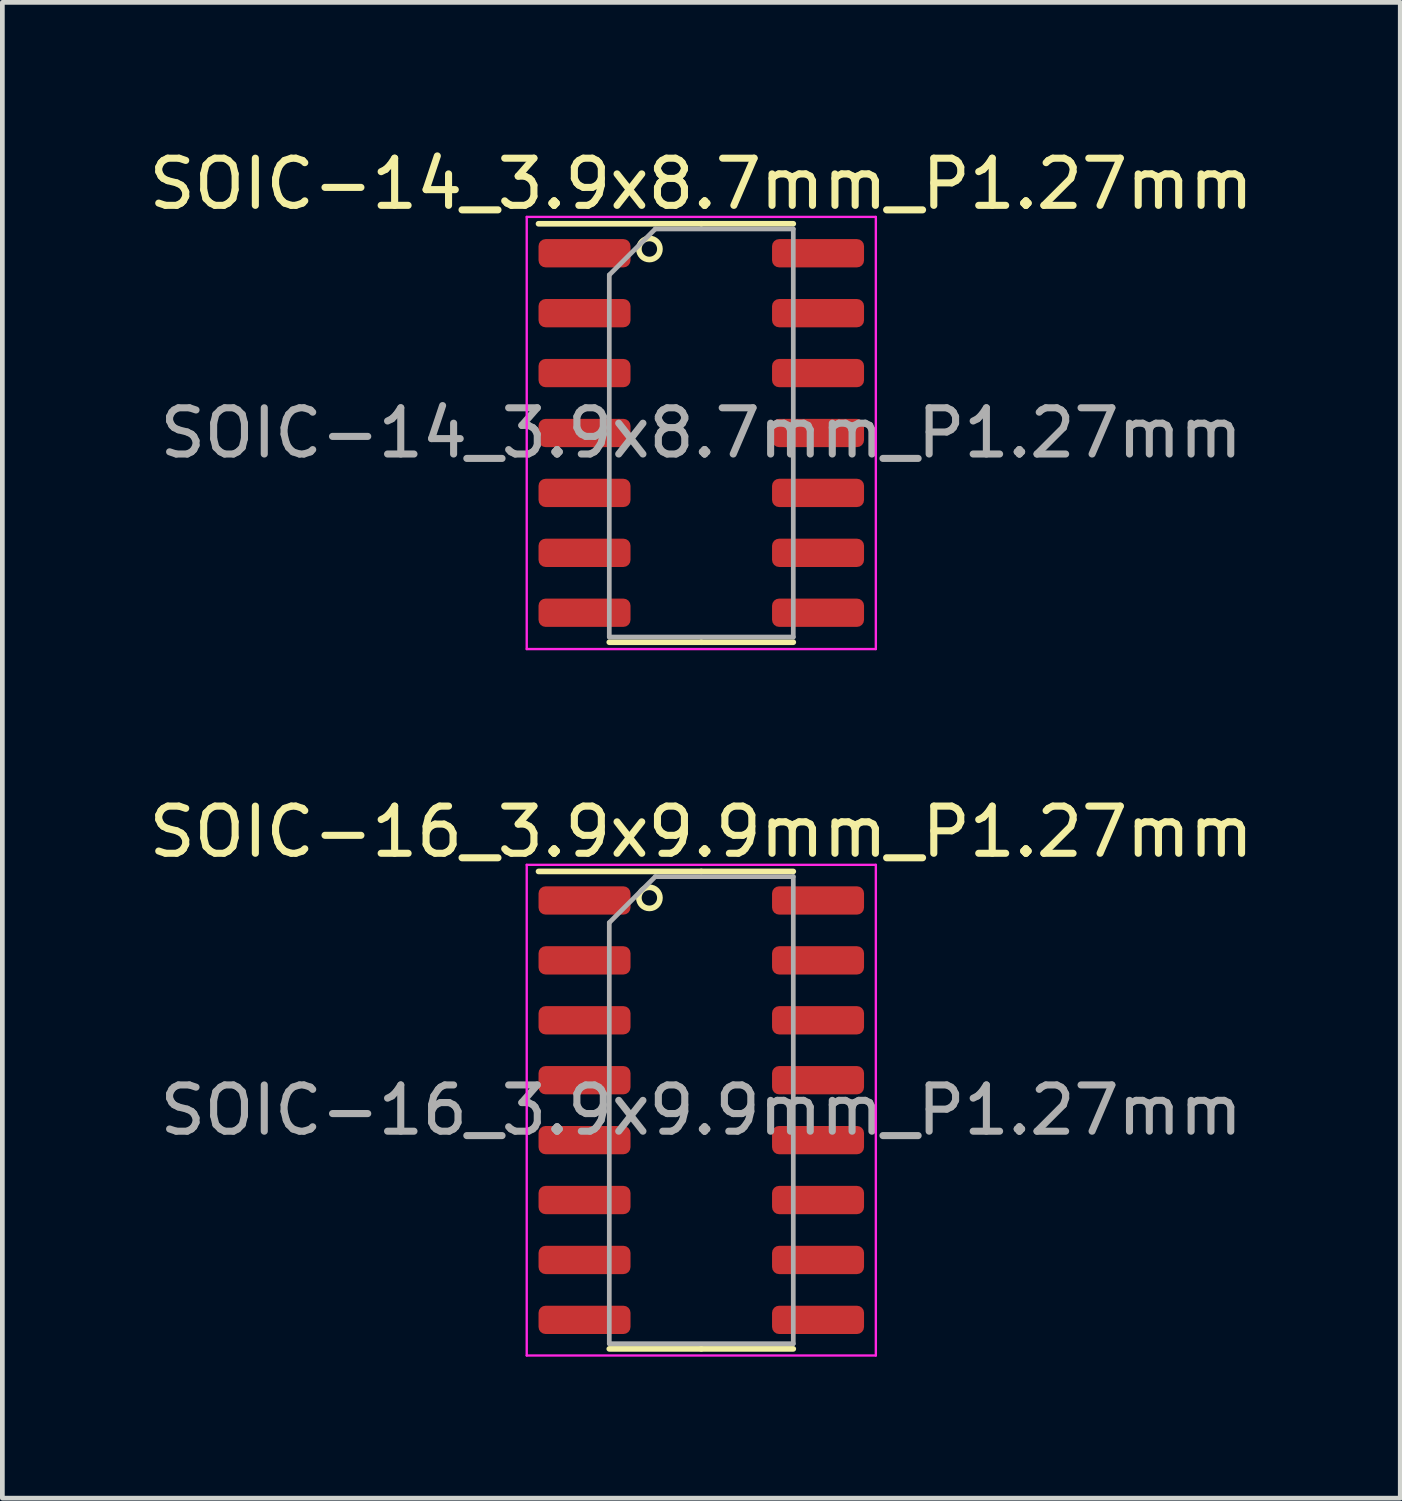
<source format=kicad_pcb>
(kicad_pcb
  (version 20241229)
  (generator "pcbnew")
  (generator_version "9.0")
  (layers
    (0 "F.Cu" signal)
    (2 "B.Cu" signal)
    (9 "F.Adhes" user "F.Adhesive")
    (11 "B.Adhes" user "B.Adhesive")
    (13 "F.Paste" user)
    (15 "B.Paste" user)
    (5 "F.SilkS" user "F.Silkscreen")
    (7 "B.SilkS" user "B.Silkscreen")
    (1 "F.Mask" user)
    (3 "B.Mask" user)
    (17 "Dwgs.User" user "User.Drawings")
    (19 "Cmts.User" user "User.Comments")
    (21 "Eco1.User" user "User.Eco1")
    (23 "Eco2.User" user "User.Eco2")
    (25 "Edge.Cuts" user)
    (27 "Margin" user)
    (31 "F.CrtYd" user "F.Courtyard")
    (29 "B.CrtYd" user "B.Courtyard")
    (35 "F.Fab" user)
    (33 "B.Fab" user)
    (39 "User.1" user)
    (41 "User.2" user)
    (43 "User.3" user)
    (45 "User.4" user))
  (footprint "SOIC-16_3.9x9.9mm_P1.27mm"
    (layer "F.Cu")
    (at 11.815 20.482)
    (property "Reference" "SOIC-16_3.9x9.9mm_P1.27mm" (at 0 -5.9 0) (layer "F.SilkS") (effects (font (size 1 1) (thickness 0.15))))
    (attr smd)
    (fp_line (start 0 -5.06) (end -3.45 -5.06) (stroke (width 0.12) (type solid)) (layer "F.SilkS"))
    (fp_line (start 0 -5.06) (end 1.95 -5.06) (stroke (width 0.12) (type solid)) (layer "F.SilkS"))
    (fp_line (start 0 5.06) (end -1.95 5.06) (stroke (width 0.12) (type solid)) (layer "F.SilkS"))
    (fp_line (start 0 5.06) (end 1.95 5.06) (stroke (width 0.12) (type solid)) (layer "F.SilkS"))
    (fp_circle (center -1.1 -4.5) (end -1 -4.7) (stroke (width 0.12) (type solid)) (fill no) (layer "F.SilkS"))
    (fp_line (start -3.7 -5.2) (end -3.7 5.2) (stroke (width 0.05) (type solid)) (layer "F.CrtYd"))
    (fp_line (start -3.7 5.2) (end 3.7 5.2) (stroke (width 0.05) (type solid)) (layer "F.CrtYd"))
    (fp_line (start 3.7 -5.2) (end -3.7 -5.2) (stroke (width 0.05) (type solid)) (layer "F.CrtYd"))
    (fp_line (start 3.7 5.2) (end 3.7 -5.2) (stroke (width 0.05) (type solid)) (layer "F.CrtYd"))
    (fp_line (start -1.95 -3.975) (end -0.975 -4.95) (stroke (width 0.1) (type solid)) (layer "F.Fab"))
    (fp_line (start -1.95 4.95) (end -1.95 -3.975) (stroke (width 0.1) (type solid)) (layer "F.Fab"))
    (fp_line (start -0.975 -4.95) (end 1.95 -4.95) (stroke (width 0.1) (type solid)) (layer "F.Fab"))
    (fp_line (start 1.95 -4.95) (end 1.95 4.95) (stroke (width 0.1) (type solid)) (layer "F.Fab"))
    (fp_line (start 1.95 4.95) (end -1.95 4.95) (stroke (width 0.1) (type solid)) (layer "F.Fab"))
    (fp_text user "${REFERENCE}" (at 0 0 0) (layer "F.Fab") (effects (font (size 0.98 0.98) (thickness 0.15))))
    (pad "1" smd roundrect (at -2.475 -4.445) (size 1.95 0.6) (layers "F.Cu" "F.Mask" "F.Paste") (roundrect_rratio 0.25))
    (pad "2" smd roundrect (at -2.475 -3.175) (size 1.95 0.6) (layers "F.Cu" "F.Mask" "F.Paste") (roundrect_rratio 0.25))
    (pad "3" smd roundrect (at -2.475 -1.905) (size 1.95 0.6) (layers "F.Cu" "F.Mask" "F.Paste") (roundrect_rratio 0.25))
    (pad "4" smd roundrect (at -2.475 -0.635) (size 1.95 0.6) (layers "F.Cu" "F.Mask" "F.Paste") (roundrect_rratio 0.25))
    (pad "5" smd roundrect (at -2.475 0.635) (size 1.95 0.6) (layers "F.Cu" "F.Mask" "F.Paste") (roundrect_rratio 0.25))
    (pad "6" smd roundrect (at -2.475 1.905) (size 1.95 0.6) (layers "F.Cu" "F.Mask" "F.Paste") (roundrect_rratio 0.25))
    (pad "7" smd roundrect (at -2.475 3.175) (size 1.95 0.6) (layers "F.Cu" "F.Mask" "F.Paste") (roundrect_rratio 0.25))
    (pad "8" smd roundrect (at -2.475 4.445) (size 1.95 0.6) (layers "F.Cu" "F.Mask" "F.Paste") (roundrect_rratio 0.25))
    (pad "9" smd roundrect (at 2.475 4.445) (size 1.95 0.6) (layers "F.Cu" "F.Mask" "F.Paste") (roundrect_rratio 0.25))
    (pad "10" smd roundrect (at 2.475 3.175) (size 1.95 0.6) (layers "F.Cu" "F.Mask" "F.Paste") (roundrect_rratio 0.25))
    (pad "11" smd roundrect (at 2.475 1.905) (size 1.95 0.6) (layers "F.Cu" "F.Mask" "F.Paste") (roundrect_rratio 0.25))
    (pad "12" smd roundrect (at 2.475 0.635) (size 1.95 0.6) (layers "F.Cu" "F.Mask" "F.Paste") (roundrect_rratio 0.25))
    (pad "13" smd roundrect (at 2.475 -0.635) (size 1.95 0.6) (layers "F.Cu" "F.Mask" "F.Paste") (roundrect_rratio 0.25))
    (pad "14" smd roundrect (at 2.475 -1.905) (size 1.95 0.6) (layers "F.Cu" "F.Mask" "F.Paste") (roundrect_rratio 0.25))
    (pad "15" smd roundrect (at 2.475 -3.175) (size 1.95 0.6) (layers "F.Cu" "F.Mask" "F.Paste") (roundrect_rratio 0.25))
    (pad "16" smd roundrect (at 2.475 -4.445) (size 1.95 0.6) (layers "F.Cu" "F.Mask" "F.Paste") (roundrect_rratio 0.25)))
  (footprint "SOIC-14_3.9x8.7mm_P1.27mm"
    (layer "F.Cu")
    (at 11.815 6.128)
    (property "Reference" "SOIC-14_3.9x8.7mm_P1.27mm" (at 0 -5.28 0) (layer "F.SilkS") (effects (font (size 1 1) (thickness 0.15))))
    (attr smd)
    (fp_line (start 0 -4.435) (end -3.45 -4.435) (stroke (width 0.12) (type solid)) (layer "F.SilkS"))
    (fp_line (start 0 -4.435) (end 1.95 -4.435) (stroke (width 0.12) (type solid)) (layer "F.SilkS"))
    (fp_line (start 0 4.435) (end -1.95 4.435) (stroke (width 0.12) (type solid)) (layer "F.SilkS"))
    (fp_line (start 0 4.435) (end 1.95 4.435) (stroke (width 0.12) (type solid)) (layer "F.SilkS"))
    (fp_circle (center -1.1 -3.9) (end -0.9 -4) (stroke (width 0.12) (type solid)) (fill no) (layer "F.SilkS"))
    (fp_line (start -3.7 -4.58) (end -3.7 4.58) (stroke (width 0.05) (type solid)) (layer "F.CrtYd"))
    (fp_line (start -3.7 4.58) (end 3.7 4.58) (stroke (width 0.05) (type solid)) (layer "F.CrtYd"))
    (fp_line (start 3.7 -4.58) (end -3.7 -4.58) (stroke (width 0.05) (type solid)) (layer "F.CrtYd"))
    (fp_line (start 3.7 4.58) (end 3.7 -4.58) (stroke (width 0.05) (type solid)) (layer "F.CrtYd"))
    (fp_line (start -1.95 -3.35) (end -0.975 -4.325) (stroke (width 0.1) (type solid)) (layer "F.Fab"))
    (fp_line (start -1.95 4.325) (end -1.95 -3.35) (stroke (width 0.1) (type solid)) (layer "F.Fab"))
    (fp_line (start -0.975 -4.325) (end 1.95 -4.325) (stroke (width 0.1) (type solid)) (layer "F.Fab"))
    (fp_line (start 1.95 -4.325) (end 1.95 4.325) (stroke (width 0.1) (type solid)) (layer "F.Fab"))
    (fp_line (start 1.95 4.325) (end -1.95 4.325) (stroke (width 0.1) (type solid)) (layer "F.Fab"))
    (fp_text user "${REFERENCE}" (at 0 0 0) (layer "F.Fab") (effects (font (size 0.98 0.98) (thickness 0.15))))
    (pad "1" smd roundrect (at -2.475 -3.81) (size 1.95 0.6) (layers "F.Cu" "F.Mask" "F.Paste") (roundrect_rratio 0.25))
    (pad "2" smd roundrect (at -2.475 -2.54) (size 1.95 0.6) (layers "F.Cu" "F.Mask" "F.Paste") (roundrect_rratio 0.25))
    (pad "3" smd roundrect (at -2.475 -1.27) (size 1.95 0.6) (layers "F.Cu" "F.Mask" "F.Paste") (roundrect_rratio 0.25))
    (pad "4" smd roundrect (at -2.475 0) (size 1.95 0.6) (layers "F.Cu" "F.Mask" "F.Paste") (roundrect_rratio 0.25))
    (pad "5" smd roundrect (at -2.475 1.27) (size 1.95 0.6) (layers "F.Cu" "F.Mask" "F.Paste") (roundrect_rratio 0.25))
    (pad "6" smd roundrect (at -2.475 2.54) (size 1.95 0.6) (layers "F.Cu" "F.Mask" "F.Paste") (roundrect_rratio 0.25))
    (pad "7" smd roundrect (at -2.475 3.81) (size 1.95 0.6) (layers "F.Cu" "F.Mask" "F.Paste") (roundrect_rratio 0.25))
    (pad "8" smd roundrect (at 2.475 3.81) (size 1.95 0.6) (layers "F.Cu" "F.Mask" "F.Paste") (roundrect_rratio 0.25))
    (pad "9" smd roundrect (at 2.475 2.54) (size 1.95 0.6) (layers "F.Cu" "F.Mask" "F.Paste") (roundrect_rratio 0.25))
    (pad "10" smd roundrect (at 2.475 1.27) (size 1.95 0.6) (layers "F.Cu" "F.Mask" "F.Paste") (roundrect_rratio 0.25))
    (pad "11" smd roundrect (at 2.475 0) (size 1.95 0.6) (layers "F.Cu" "F.Mask" "F.Paste") (roundrect_rratio 0.25))
    (pad "12" smd roundrect (at 2.475 -1.27) (size 1.95 0.6) (layers "F.Cu" "F.Mask" "F.Paste") (roundrect_rratio 0.25))
    (pad "13" smd roundrect (at 2.475 -2.54) (size 1.95 0.6) (layers "F.Cu" "F.Mask" "F.Paste") (roundrect_rratio 0.25))
    (pad "14" smd roundrect (at 2.475 -3.81) (size 1.95 0.6) (layers "F.Cu" "F.Mask" "F.Paste") (roundrect_rratio 0.25)))
  (gr_rect
    (start -3 -3)
    (end 26.631 28.706)
    (stroke (width 0.1) (type default))
    (fill no)
    (layer "Edge.Cuts")))
</source>
